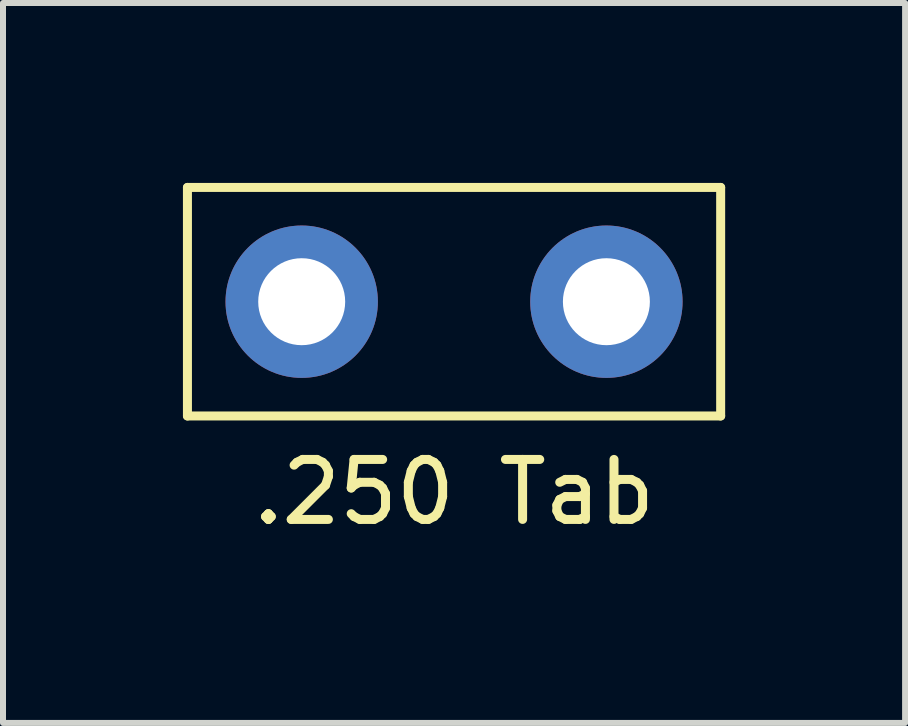
<source format=kicad_pcb>
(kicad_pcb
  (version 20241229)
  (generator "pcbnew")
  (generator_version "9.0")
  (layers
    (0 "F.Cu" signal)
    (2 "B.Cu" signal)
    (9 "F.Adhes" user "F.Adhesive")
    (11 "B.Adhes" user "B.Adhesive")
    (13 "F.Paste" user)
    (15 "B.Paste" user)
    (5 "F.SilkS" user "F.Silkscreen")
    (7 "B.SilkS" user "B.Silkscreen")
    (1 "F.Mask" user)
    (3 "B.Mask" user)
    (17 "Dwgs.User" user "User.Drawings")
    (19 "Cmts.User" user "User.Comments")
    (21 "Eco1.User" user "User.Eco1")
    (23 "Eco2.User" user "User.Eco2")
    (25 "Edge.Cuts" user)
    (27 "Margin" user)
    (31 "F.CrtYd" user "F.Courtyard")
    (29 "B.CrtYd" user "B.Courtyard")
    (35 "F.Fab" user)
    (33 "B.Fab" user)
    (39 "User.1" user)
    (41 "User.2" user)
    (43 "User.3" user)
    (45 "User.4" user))
  (footprint ".250 Tab"
    (layer "F.Cu")
    (at 4.52 1.98)
    (property "Reference" ".250 Tab" (at 0 3.175 0) (layer "F.SilkS") (effects (font (size 1 1) (thickness 0.15))))
    (attr through_hole)
    (fp_line (start -4.445 -1.905) (end 4.445 -1.905) (stroke (width 0.15) (type solid)) (layer "F.SilkS"))
    (fp_line (start -4.445 1.905) (end -4.445 -1.905) (stroke (width 0.15) (type solid)) (layer "F.SilkS"))
    (fp_line (start 4.445 -1.905) (end 4.445 1.905) (stroke (width 0.15) (type solid)) (layer "F.SilkS"))
    (fp_line (start 4.445 1.905) (end -4.445 1.905) (stroke (width 0.15) (type solid)) (layer "F.SilkS"))
    (pad "1" thru_hole circle (at -2.54 0) (size 2.54 2.54) (drill 1.45) (layers "*.Cu" "*.Mask"))
    (pad "1" thru_hole circle (at 2.54 0) (size 2.54 2.54) (drill 1.45) (layers "*.Cu" "*.Mask")))
  (gr_rect
    (start -3 -3)
    (end 12.04 9.003)
    (stroke (width 0.1) (type default))
    (fill no)
    (layer "Edge.Cuts")))
</source>
